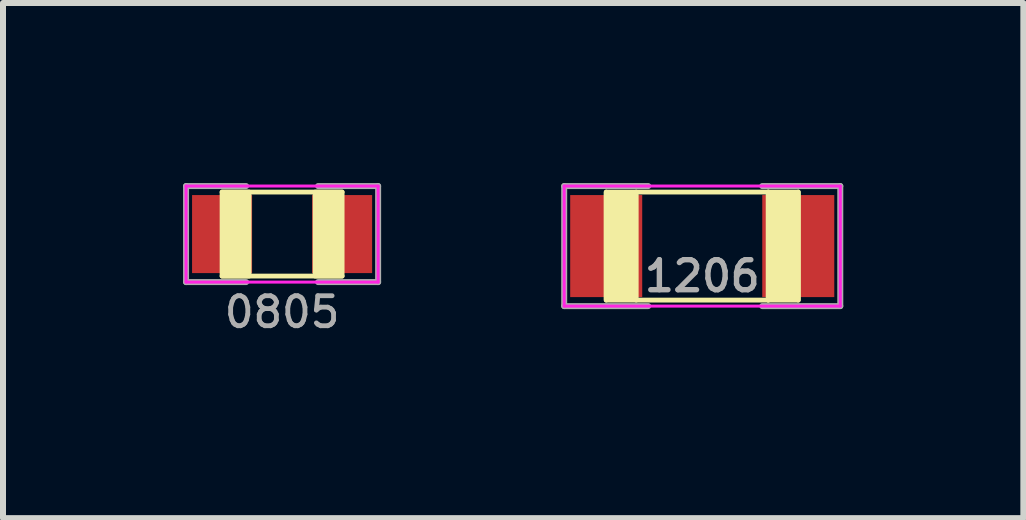
<source format=kicad_pcb>
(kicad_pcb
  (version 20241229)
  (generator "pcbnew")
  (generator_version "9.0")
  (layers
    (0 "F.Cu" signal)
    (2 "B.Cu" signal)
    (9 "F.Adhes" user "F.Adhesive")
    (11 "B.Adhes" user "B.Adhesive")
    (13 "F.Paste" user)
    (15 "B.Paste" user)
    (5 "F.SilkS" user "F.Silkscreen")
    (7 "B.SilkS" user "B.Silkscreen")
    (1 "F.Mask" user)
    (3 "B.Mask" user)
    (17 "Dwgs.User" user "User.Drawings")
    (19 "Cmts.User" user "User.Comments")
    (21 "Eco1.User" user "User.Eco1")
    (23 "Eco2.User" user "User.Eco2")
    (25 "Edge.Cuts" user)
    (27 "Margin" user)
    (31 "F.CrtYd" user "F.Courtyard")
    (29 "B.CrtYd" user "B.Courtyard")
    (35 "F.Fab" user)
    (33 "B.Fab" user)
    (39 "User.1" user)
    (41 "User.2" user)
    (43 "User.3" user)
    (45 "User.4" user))
  (footprint "1206"
    (layer "F.Cu")
    (at 8.65 1.05)
    (property "Reference" "1206" (at 0 0.5 0) (layer "F.Fab") (effects (font (size 0.5 0.5) (thickness 0.09))))
    (attr smd)
    (fp_line (start -1.6 0.9) (end -1.6 -0.9) (stroke (width 0.08) (type solid)) (layer "F.SilkS"))
    (fp_line (start -1.1 -0.9) (end 1.1 -0.9) (stroke (width 0.08) (type solid)) (layer "F.SilkS"))
    (fp_line (start -1.1 0.9) (end 1.1 0.9) (stroke (width 0.08) (type solid)) (layer "F.SilkS"))
    (fp_line (start 1.1 0.9) (end 1.1 -0.9) (stroke (width 0.08) (type solid)) (layer "F.SilkS"))
    (fp_line (start 1.6 0.9) (end 1.6 -0.9) (stroke (width 0.08) (type solid)) (layer "F.SilkS"))
    (fp_poly (pts (xy -1.1 0.9) (xy -1.6 0.9) (xy -1.6 -0.9) (xy -1.1 -0.9)) (stroke (width 0.08) (type solid)) (fill yes) (layer "F.SilkS"))
    (fp_poly (pts (xy 1.6 0.9) (xy 1.1 0.9) (xy 1.1 -0.9) (xy 1.6 -0.9)) (stroke (width 0.08) (type solid)) (fill yes) (layer "F.SilkS"))
    (fp_line (start -2.3 -1) (end 2.3 -1) (stroke (width 0.05) (type solid)) (layer "F.CrtYd"))
    (fp_line (start -2.3 1) (end -2.3 -1) (stroke (width 0.05) (type solid)) (layer "F.CrtYd"))
    (fp_line (start 2.3 -1) (end 2.3 1) (stroke (width 0.05) (type solid)) (layer "F.CrtYd"))
    (fp_line (start 2.3 1) (end -2.3 1) (stroke (width 0.05) (type solid)) (layer "F.CrtYd"))
    (fp_line (start -2.3 -1) (end -2.3 1) (stroke (width 0.1) (type solid)) (layer "F.Fab"))
    (fp_line (start -2.3 1) (end -0.9 1) (stroke (width 0.1) (type solid)) (layer "F.Fab"))
    (fp_line (start -0.9 -1) (end -2.3 -1) (stroke (width 0.1) (type solid)) (layer "F.Fab"))
    (fp_line (start 1 -1) (end 2.3 -1) (stroke (width 0.1) (type solid)) (layer "F.Fab"))
    (fp_line (start 2.3 -1) (end 2.3 1) (stroke (width 0.1) (type solid)) (layer "F.Fab"))
    (fp_line (start 2.3 1) (end 1 1) (stroke (width 0.1) (type solid)) (layer "F.Fab"))
    (pad "1" smd rect (at -1.6 0) (size 1.2 1.7) (layers "F.Cu" "F.Mask" "F.Paste"))
    (pad "2" smd rect (at 1.6 0) (size 1.2 1.7) (layers "F.Cu" "F.Mask" "F.Paste")))
  (footprint "0805"
    (layer "F.Cu")
    (at 1.65 0.85)
    (property "Reference" "0805" (at 0 1.3 0) (layer "F.Fab") (effects (font (size 0.5 0.5) (thickness 0.08))))
    (attr smd)
    (fp_line (start -1 0.7) (end 1 0.7) (stroke (width 0.08) (type solid)) (layer "F.SilkS"))
    (fp_line (start 1 -0.7) (end -1 -0.7) (stroke (width 0.08) (type solid)) (layer "F.SilkS"))
    (fp_poly (pts (xy -0.55 0.7) (xy -1 0.7) (xy -1 -0.7) (xy -0.55 -0.7)) (stroke (width 0.08) (type solid)) (fill yes) (layer "F.SilkS"))
    (fp_poly (pts (xy 1 0.7) (xy 0.55 0.7) (xy 0.55 -0.7) (xy 1 -0.7)) (stroke (width 0.08) (type solid)) (fill yes) (layer "F.SilkS"))
    (fp_line (start -1.6 -0.8) (end 1.6 -0.8) (stroke (width 0.05) (type solid)) (layer "F.CrtYd"))
    (fp_line (start -1.6 0.8) (end -1.6 -0.8) (stroke (width 0.05) (type solid)) (layer "F.CrtYd"))
    (fp_line (start 1.6 -0.8) (end 1.6 0.8) (stroke (width 0.05) (type solid)) (layer "F.CrtYd"))
    (fp_line (start 1.6 0.8) (end -1.6 0.8) (stroke (width 0.05) (type solid)) (layer "F.CrtYd"))
    (fp_line (start -1.6 -0.8) (end -0.6 -0.8) (stroke (width 0.1) (type solid)) (layer "F.Fab"))
    (fp_line (start -1.6 0.8) (end -1.6 -0.8) (stroke (width 0.1) (type solid)) (layer "F.Fab"))
    (fp_line (start -0.6 0.8) (end -1.6 0.8) (stroke (width 0.1) (type solid)) (layer "F.Fab"))
    (fp_line (start 0.6 -0.8) (end 1.6 -0.8) (stroke (width 0.1) (type solid)) (layer "F.Fab"))
    (fp_line (start 1.6 -0.8) (end 1.6 0.8) (stroke (width 0.1) (type solid)) (layer "F.Fab"))
    (fp_line (start 1.6 0.8) (end 0.6 0.8) (stroke (width 0.1) (type solid)) (layer "F.Fab"))
    (pad "1" smd rect (at -1 0) (size 1 1.3) (layers "F.Cu" "F.Mask" "F.Paste"))
    (pad "2" smd rect (at 1 0) (size 1 1.3) (layers "F.Cu" "F.Mask" "F.Paste")))
  (gr_rect
    (start -3 -3)
    (end 14 5.583)
    (stroke (width 0.1) (type default))
    (fill no)
    (layer "Edge.Cuts")))
</source>
